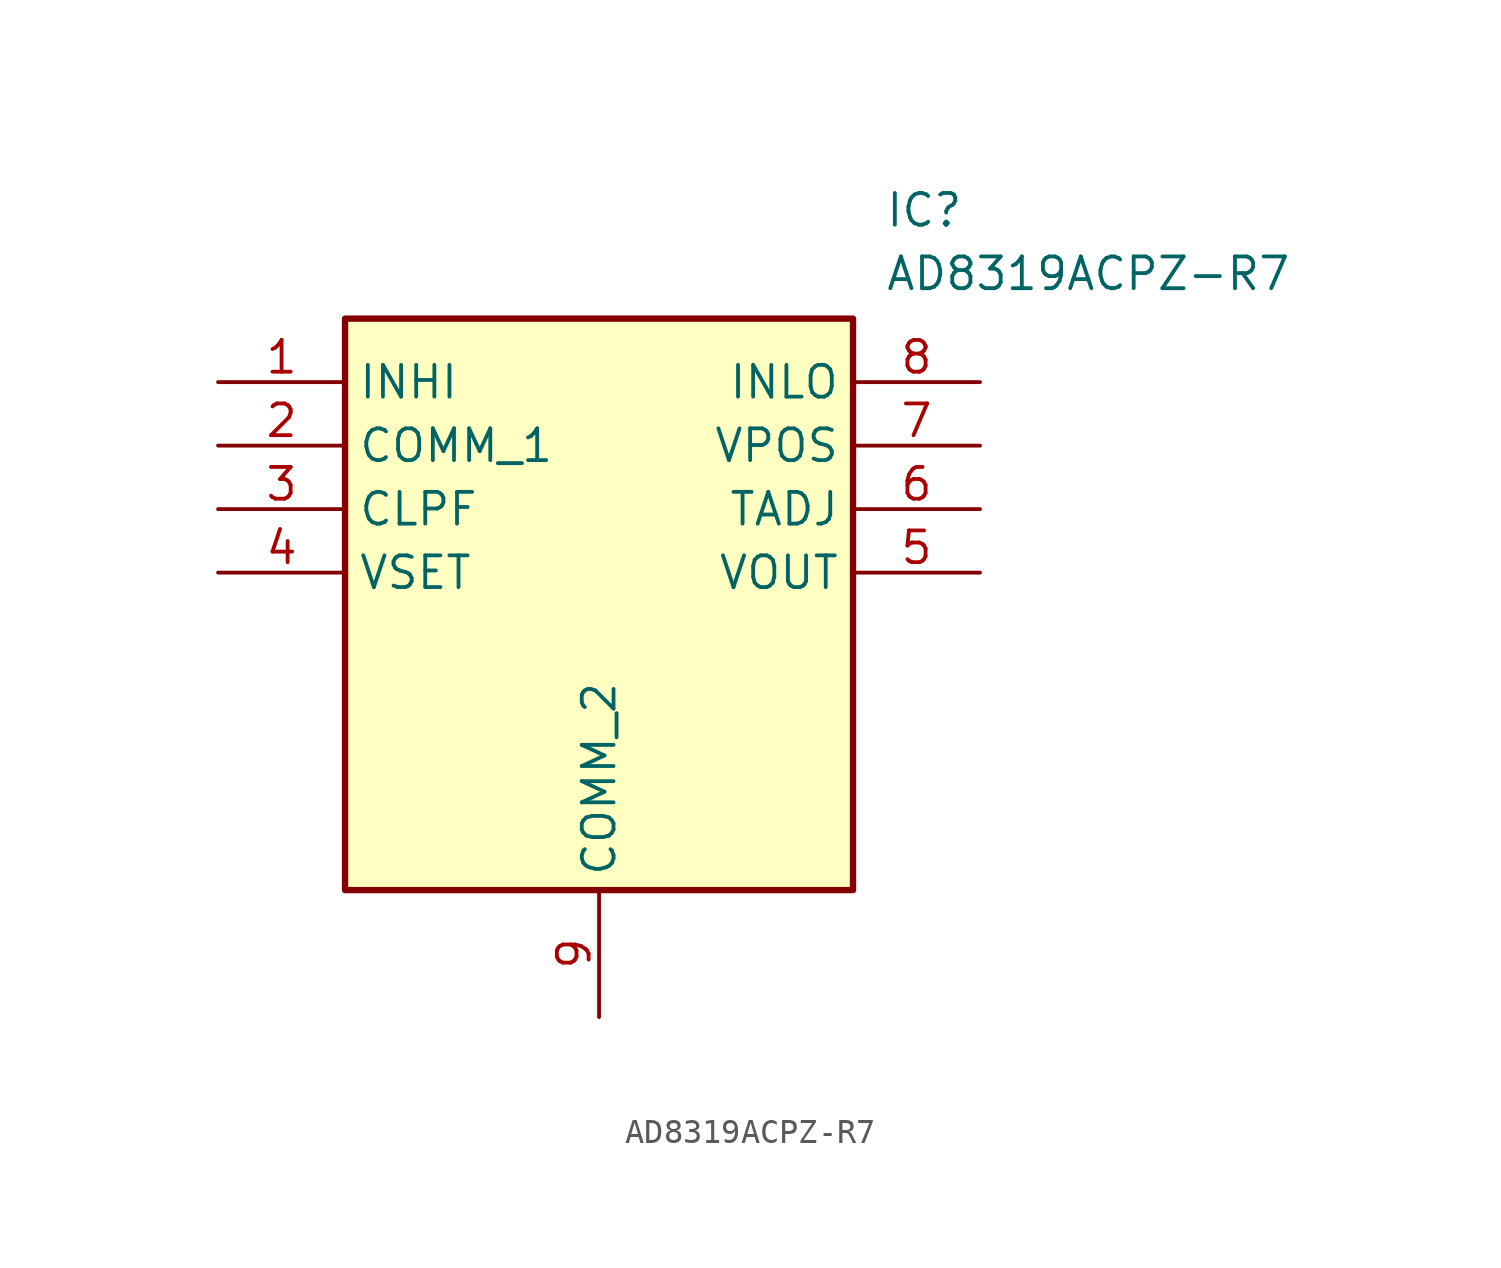
<source format=kicad_sym>
(kicad_symbol_lib
  (version 20211014)
  (generator SamacSys_ECAD_Model)
  (symbol "AD8319ACPZ-R7"
    (property "Reference" "IC"
      (at 26.67 7.62 0)
      (effects (font (size 1.27 1.27)) (justify left top)))
    (property "Value" "AD8319ACPZ-R7"
      (at 26.67 5.08 0)
      (effects (font (size 1.27 1.27)) (justify left top)))
    (rectangle
      (start 5.08 2.54)
      (end 25.4 -20.32)
      (stroke (width 0.254) (type default))
      (fill (type background)))
    (pin input line
      (at 0 0 0)
      (length 5.08)
      (name "INHI" (effects (font (size 1.27 1.27))))
      (number "1" (effects (font (size 1.27 1.27)))))
    (pin power_in line
      (at 0 -2.54 0)
      (length 5.08)
      (name "COMM_1" (effects (font (size 1.27 1.27))))
      (number "2" (effects (font (size 1.27 1.27)))))
    (pin output line
      (at 0 -5.08 0)
      (length 5.08)
      (name "CLPF" (effects (font (size 1.27 1.27))))
      (number "3" (effects (font (size 1.27 1.27)))))
    (pin input line
      (at 0 -7.62 0)
      (length 5.08)
      (name "VSET" (effects (font (size 1.27 1.27))))
      (number "4" (effects (font (size 1.27 1.27)))))
    (pin power_in line
      (at 15.24 -25.4 90)
      (length 5.08)
      (name "COMM_2" (effects (font (size 1.27 1.27))))
      (number "9" (effects (font (size 1.27 1.27)))))
    (pin input line
      (at 30.48 0 180)
      (length 5.08)
      (name "INLO" (effects (font (size 1.27 1.27))))
      (number "8" (effects (font (size 1.27 1.27)))))
    (pin power_in line
      (at 30.48 -2.54 180)
      (length 5.08)
      (name "VPOS" (effects (font (size 1.27 1.27))))
      (number "7" (effects (font (size 1.27 1.27)))))
    (pin output line
      (at 30.48 -5.08 180)
      (length 5.08)
      (name "TADJ" (effects (font (size 1.27 1.27))))
      (number "6" (effects (font (size 1.27 1.27)))))
    (pin output line
      (at 30.48 -7.62 180)
      (length 5.08)
      (name "VOUT" (effects (font (size 1.27 1.27))))
      (number "5" (effects (font (size 1.27 1.27)))))))
</source>
